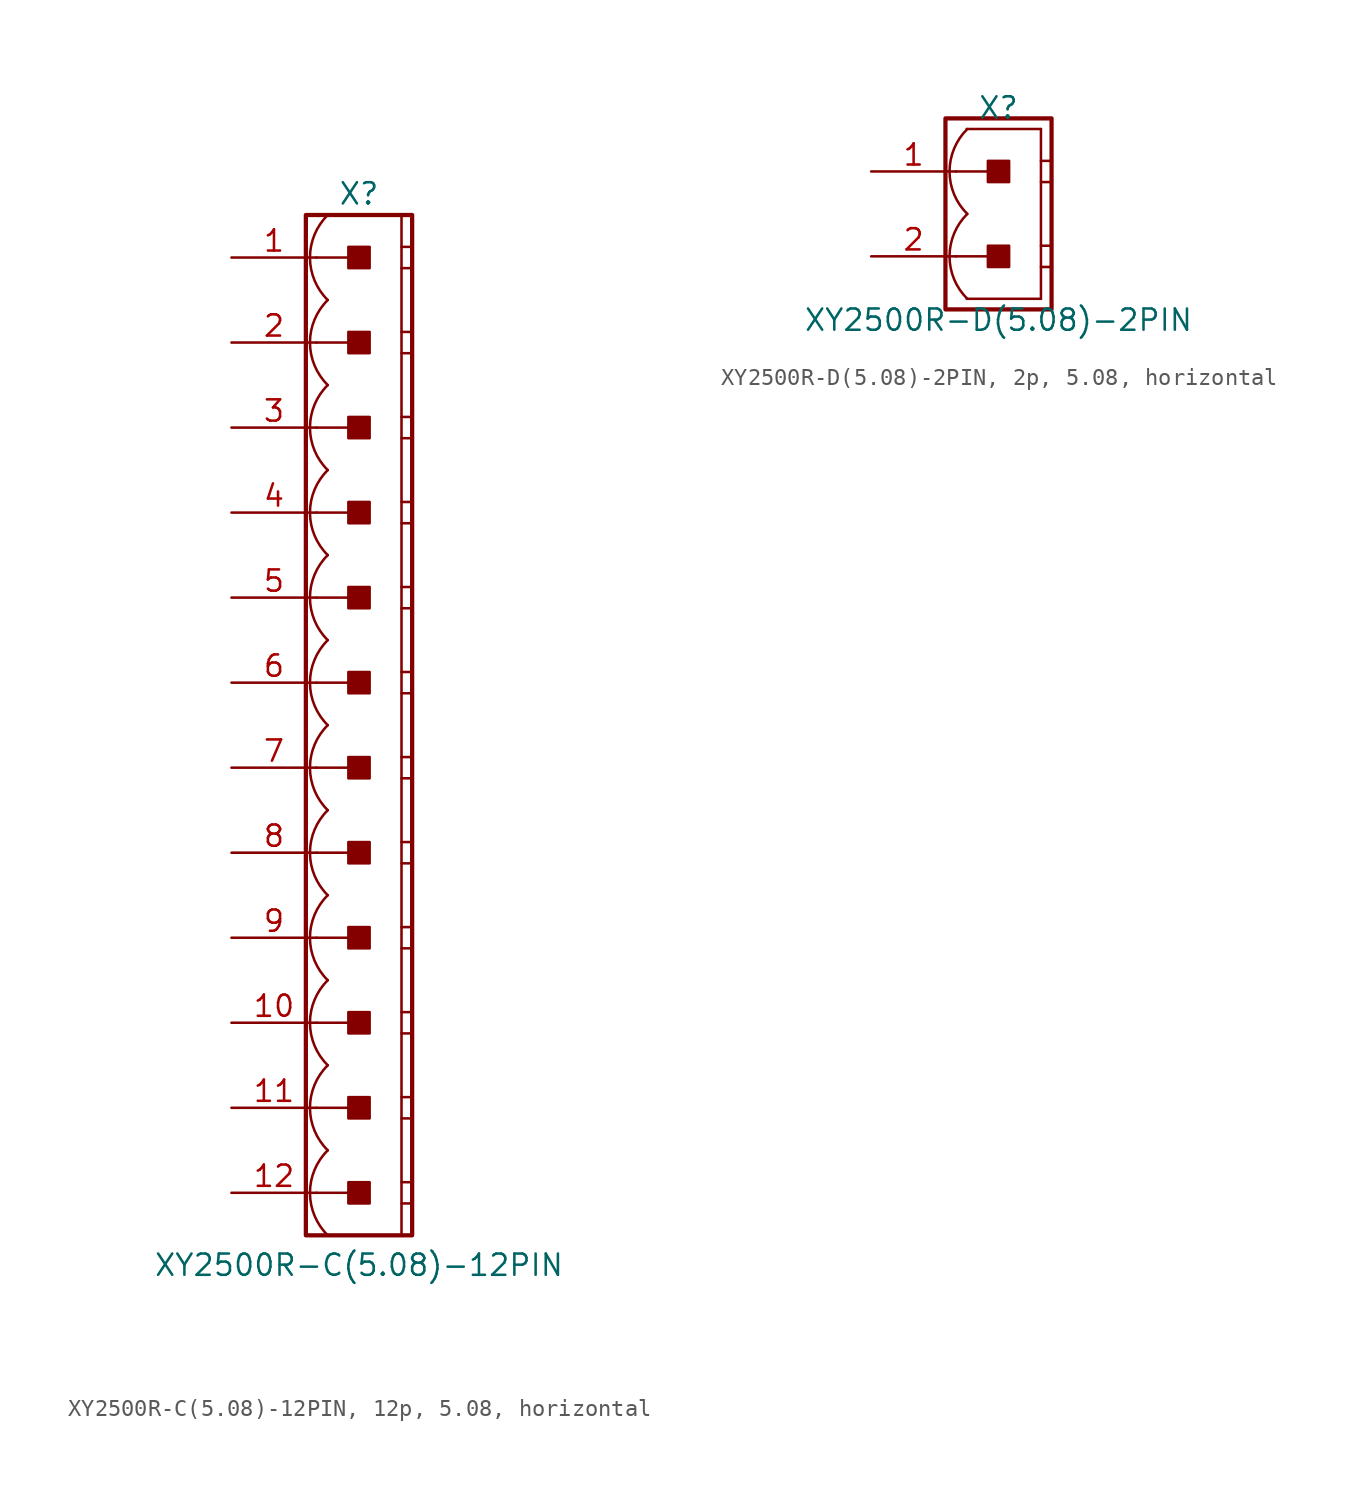
<source format=kicad_sym>
(kicad_symbol_lib
  (version 20241209)
  (generator "kicad_symbol_editor")
  (generator_version "9.0")
  (symbol "XY2500R-C(5.08)-12PIN, 12p, 5.08, horizontal"
    (pin_names
      (offset 1.016)
      (hide yes))
    (property "Reference" "X"
      (at 0 31.75 0)
      (effects (font (size 1.27 1.27))))
    (property "Value" "XY2500R-C(5.08)-12PIN"
      (at 0 -32.258 0)
      (effects (font (size 1.27 1.27))))
    (symbol "XY2500R-C(5.08)-12PIN, 12p, 5.08, horizontal_0_1"
      (polyline (pts (xy 2.54 30.48) (xy 2.54 -30.48)) (stroke (width 0.152) (type default)) (fill (type none)))
      (polyline (pts (xy 2.54 28.575) (xy 3.175 28.575)) (stroke (width 0.152) (type default)) (fill (type none)))
      (polyline (pts (xy 2.54 27.305) (xy 3.175 27.305)) (stroke (width 0.152) (type default)) (fill (type none)))
      (polyline (pts (xy 2.54 23.495) (xy 3.175 23.495)) (stroke (width 0.152) (type default)) (fill (type none)))
      (polyline (pts (xy 2.54 22.225) (xy 3.175 22.225)) (stroke (width 0.152) (type default)) (fill (type none)))
      (polyline (pts (xy 2.54 18.415) (xy 3.175 18.415)) (stroke (width 0.152) (type default)) (fill (type none)))
      (polyline (pts (xy 2.54 17.145) (xy 3.175 17.145)) (stroke (width 0.152) (type default)) (fill (type none)))
      (polyline (pts (xy 2.54 13.335) (xy 3.175 13.335)) (stroke (width 0.152) (type default)) (fill (type none)))
      (polyline (pts (xy 2.54 12.065) (xy 3.175 12.065)) (stroke (width 0.152) (type default)) (fill (type none)))
      (polyline (pts (xy 2.54 8.255) (xy 3.175 8.255)) (stroke (width 0.152) (type default)) (fill (type none)))
      (polyline (pts (xy 2.54 6.985) (xy 3.175 6.985)) (stroke (width 0.152) (type default)) (fill (type none)))
      (polyline (pts (xy 2.54 3.175) (xy 3.175 3.175)) (stroke (width 0.152) (type default)) (fill (type none)))
      (polyline (pts (xy 2.54 1.905) (xy 3.175 1.905)) (stroke (width 0.152) (type default)) (fill (type none)))
      (polyline (pts (xy 2.54 -1.905) (xy 3.175 -1.905)) (stroke (width 0.152) (type default)) (fill (type none)))
      (polyline (pts (xy 2.54 -3.175) (xy 3.175 -3.175)) (stroke (width 0.152) (type default)) (fill (type none)))
      (polyline (pts (xy 2.54 -6.985) (xy 3.175 -6.985)) (stroke (width 0.152) (type default)) (fill (type none)))
      (polyline (pts (xy 2.54 -8.255) (xy 3.175 -8.255)) (stroke (width 0.152) (type default)) (fill (type none)))
      (polyline (pts (xy 2.54 -12.065) (xy 3.175 -12.065)) (stroke (width 0.152) (type default)) (fill (type none)))
      (polyline (pts (xy 2.54 -13.335) (xy 3.175 -13.335)) (stroke (width 0.152) (type default)) (fill (type none)))
      (polyline (pts (xy 2.54 -17.145) (xy 3.175 -17.145)) (stroke (width 0.152) (type default)) (fill (type none)))
      (polyline (pts (xy 2.54 -18.415) (xy 3.175 -18.415)) (stroke (width 0.152) (type default)) (fill (type none)))
      (polyline (pts (xy 2.54 -22.225) (xy 3.175 -22.225)) (stroke (width 0.152) (type default)) (fill (type none)))
      (polyline (pts (xy 2.54 -23.495) (xy 3.175 -23.495)) (stroke (width 0.152) (type default)) (fill (type none)))
      (polyline (pts (xy 2.54 -27.305) (xy 3.175 -27.305)) (stroke (width 0.152) (type default)) (fill (type none)))
      (polyline (pts (xy 2.54 -28.575) (xy 3.175 -28.575)) (stroke (width 0.152) (type default)) (fill (type none))))
    (symbol "XY2500R-C(5.08)-12PIN, 12p, 5.08, horizontal_1_0"
      (polyline (pts (xy -2.54 27.94) (xy 0 27.94)) (stroke (width 0.152) (type default)) (fill (type none)))
      (polyline (pts (xy -2.54 22.86) (xy 0 22.86)) (stroke (width 0.152) (type default)) (fill (type none)))
      (polyline (pts (xy -2.54 17.78) (xy 0 17.78)) (stroke (width 0.152) (type default)) (fill (type none)))
      (polyline (pts (xy -2.54 12.7) (xy 0 12.7)) (stroke (width 0.152) (type default)) (fill (type none)))
      (polyline (pts (xy -2.54 7.62) (xy 0 7.62)) (stroke (width 0.152) (type default)) (fill (type none)))
      (polyline (pts (xy -2.54 2.54) (xy 0 2.54)) (stroke (width 0.152) (type default)) (fill (type none)))
      (polyline (pts (xy -2.54 -2.54) (xy 0 -2.54)) (stroke (width 0.152) (type default)) (fill (type none)))
      (polyline (pts (xy -2.54 -7.62) (xy 0 -7.62)) (stroke (width 0.152) (type default)) (fill (type none)))
      (polyline (pts (xy -2.54 -12.7) (xy 0 -12.7)) (stroke (width 0.152) (type default)) (fill (type none)))
      (polyline (pts (xy -2.54 -17.78) (xy 0 -17.78)) (stroke (width 0.152) (type default)) (fill (type none)))
      (polyline (pts (xy -2.54 -22.86) (xy 0 -22.86)) (stroke (width 0.152) (type default)) (fill (type none)))
      (polyline (pts (xy -2.54 -27.94) (xy 0 -27.94)) (stroke (width 0.152) (type default)) (fill (type none))))
    (symbol "XY2500R-C(5.08)-12PIN, 12p, 5.08, horizontal_1_1"
      (rectangle (start -3.175 30.48) (end 3.175 -30.48) (stroke (width 0.254) (type default)) (fill (type none)))
      (rectangle (start -0.635 27.305) (end 0.635 28.575) (stroke (width 0.152) (type default)) (fill (type outline)))
      (rectangle (start -0.635 22.225) (end 0.635 23.495) (stroke (width 0.152) (type default)) (fill (type outline)))
      (rectangle (start -0.635 17.145) (end 0.635 18.415) (stroke (width 0.152) (type default)) (fill (type outline)))
      (rectangle (start -0.635 12.065) (end 0.635 13.335) (stroke (width 0.152) (type default)) (fill (type outline)))
      (rectangle (start -0.635 6.985) (end 0.635 8.255) (stroke (width 0.152) (type default)) (fill (type outline)))
      (rectangle (start -0.635 1.905) (end 0.635 3.175) (stroke (width 0.152) (type default)) (fill (type outline)))
      (rectangle (start -0.635 -3.175) (end 0.635 -1.905) (stroke (width 0.152) (type default)) (fill (type outline)))
      (rectangle (start -0.635 -8.255) (end 0.635 -6.985) (stroke (width 0.152) (type default)) (fill (type outline)))
      (rectangle (start -0.635 -13.335) (end 0.635 -12.065) (stroke (width 0.152) (type default)) (fill (type outline)))
      (rectangle (start -0.635 -18.415) (end 0.635 -17.145) (stroke (width 0.152) (type default)) (fill (type outline)))
      (rectangle (start -0.635 -23.495) (end 0.635 -22.225) (stroke (width 0.152) (type default)) (fill (type outline)))
      (rectangle (start -0.635 -28.575) (end 0.635 -27.305) (stroke (width 0.152) (type default)) (fill (type outline)))
      (arc (start -1.8664 25.4) (mid -2.9299 27.94) (end -1.8664 30.48) (stroke (width 0.1524) (type default)) (fill (type none)))
      (arc (start -1.8664 20.32) (mid -2.9299 22.86) (end -1.8664 25.4) (stroke (width 0.1524) (type default)) (fill (type none)))
      (arc (start -1.8664 15.24) (mid -2.9299 17.78) (end -1.8664 20.32) (stroke (width 0.1524) (type default)) (fill (type none)))
      (arc (start -1.8664 10.16) (mid -2.9299 12.7) (end -1.8664 15.24) (stroke (width 0.1524) (type default)) (fill (type none)))
      (arc (start -1.8664 5.08) (mid -2.9299 7.62) (end -1.8664 10.16) (stroke (width 0.1524) (type default)) (fill (type none)))
      (arc (start -1.8664 0) (mid -2.9299 2.54) (end -1.8664 5.08) (stroke (width 0.1524) (type default)) (fill (type none)))
      (arc (start -1.8664 -5.08) (mid -2.9299 -2.54) (end -1.8664 0) (stroke (width 0.1524) (type default)) (fill (type none)))
      (arc (start -1.8664 -10.16) (mid -2.9299 -7.62) (end -1.8664 -5.08) (stroke (width 0.1524) (type default)) (fill (type none)))
      (arc (start -1.8664 -15.24) (mid -2.9299 -12.7) (end -1.8664 -10.16) (stroke (width 0.1524) (type default)) (fill (type none)))
      (arc (start -1.8664 -20.32) (mid -2.9299 -17.78) (end -1.8664 -15.24) (stroke (width 0.1524) (type default)) (fill (type none)))
      (arc (start -1.8664 -25.4) (mid -2.9299 -22.86) (end -1.8664 -20.32) (stroke (width 0.1524) (type default)) (fill (type none)))
      (arc (start -1.8664 -30.48) (mid -2.9299 -27.94) (end -1.8664 -25.4) (stroke (width 0.1524) (type default)) (fill (type none)))
      (pin passive line (at -7.62 27.94 0) (length 5.08) (name "1" (effects (font (size 1.27 1.27)))) (number "1" (effects (font (size 1.27 1.27)))))
      (pin passive line (at -7.62 22.86 0) (length 5.08) (name "2" (effects (font (size 1.27 1.27)))) (number "2" (effects (font (size 1.27 1.27)))))
      (pin passive line (at -7.62 17.78 0) (length 5.08) (name "3" (effects (font (size 1.27 1.27)))) (number "3" (effects (font (size 1.27 1.27)))))
      (pin passive line (at -7.62 12.7 0) (length 5.08) (name "4" (effects (font (size 1.27 1.27)))) (number "4" (effects (font (size 1.27 1.27)))))
      (pin passive line (at -7.62 7.62 0) (length 5.08) (name "5" (effects (font (size 1.27 1.27)))) (number "5" (effects (font (size 1.27 1.27)))))
      (pin passive line (at -7.62 2.54 0) (length 5.08) (name "6" (effects (font (size 1.27 1.27)))) (number "6" (effects (font (size 1.27 1.27)))))
      (pin passive line (at -7.62 -2.54 0) (length 5.08) (name "7" (effects (font (size 1.27 1.27)))) (number "7" (effects (font (size 1.27 1.27)))))
      (pin passive line (at -7.62 -7.62 0) (length 5.08) (name "8" (effects (font (size 1.27 1.27)))) (number "8" (effects (font (size 1.27 1.27)))))
      (pin passive line (at -7.62 -12.7 0) (length 5.08) (name "9" (effects (font (size 1.27 1.27)))) (number "9" (effects (font (size 1.27 1.27)))))
      (pin passive line (at -7.62 -17.78 0) (length 5.08) (name "10" (effects (font (size 1.27 1.27)))) (number "10" (effects (font (size 1.27 1.27)))))
      (pin passive line (at -7.62 -22.86 0) (length 5.08) (name "11" (effects (font (size 1.27 1.27)))) (number "11" (effects (font (size 1.27 1.27)))))
      (pin passive line (at -7.62 -27.94 0) (length 5.08) (name "12" (effects (font (size 1.27 1.27)))) (number "12" (effects (font (size 1.27 1.27)))))))
  (symbol "XY2500R-D(5.08)-2PIN, 2p, 5.08, horizontal"
    (pin_names
      (offset 1.016)
      (hide yes))
    (property "Reference" "X"
      (at 0 6.35 0)
      (effects (font (size 1.27 1.27))))
    (property "Value" "XY2500R-D(5.08)-2PIN"
      (at 0 -6.35 0)
      (effects (font (size 1.27 1.27))))
    (symbol "XY2500R-D(5.08)-2PIN, 2p, 5.08, horizontal_0_1"
      (polyline (pts (xy 2.54 5.08) (xy -1.905 5.08)) (stroke (width 0.152) (type default)) (fill (type none)))
      (polyline (pts (xy 2.54 5.08) (xy 2.54 -5.08)) (stroke (width 0.152) (type default)) (fill (type none)))
      (polyline (pts (xy 2.54 3.175) (xy 3.175 3.175)) (stroke (width 0.152) (type default)) (fill (type none)))
      (polyline (pts (xy 2.54 1.905) (xy 3.175 1.905)) (stroke (width 0.152) (type default)) (fill (type none)))
      (polyline (pts (xy 2.54 -1.905) (xy 3.175 -1.905)) (stroke (width 0.152) (type default)) (fill (type none)))
      (polyline (pts (xy 2.54 -3.175) (xy 3.175 -3.175)) (stroke (width 0.152) (type default)) (fill (type none)))
      (polyline (pts (xy 2.54 -5.08) (xy -1.905 -5.08)) (stroke (width 0.152) (type default)) (fill (type none))))
    (symbol "XY2500R-D(5.08)-2PIN, 2p, 5.08, horizontal_1_0"
      (polyline (pts (xy -2.54 2.54) (xy 0 2.54)) (stroke (width 0.152) (type default)) (fill (type none)))
      (polyline (pts (xy -2.54 -2.54) (xy 0 -2.54)) (stroke (width 0.152) (type default)) (fill (type none))))
    (symbol "XY2500R-D(5.08)-2PIN, 2p, 5.08, horizontal_1_1"
      (rectangle (start -3.175 5.715) (end 3.175 -5.715) (stroke (width 0.254) (type default)) (fill (type none)))
      (rectangle (start -0.635 1.905) (end 0.635 3.175) (stroke (width 0.152) (type default)) (fill (type outline)))
      (rectangle (start -0.635 -3.175) (end 0.635 -1.905) (stroke (width 0.152) (type default)) (fill (type outline)))
      (arc (start -1.8664 0) (mid -2.9299 2.54) (end -1.8664 5.08) (stroke (width 0.1524) (type default)) (fill (type none)))
      (arc (start -1.8664 -5.08) (mid -2.9299 -2.54) (end -1.8664 0) (stroke (width 0.1524) (type default)) (fill (type none)))
      (pin passive line (at -7.62 2.54 0) (length 5.08) (name "1" (effects (font (size 1.27 1.27)))) (number "1" (effects (font (size 1.27 1.27)))))
      (pin passive line (at -7.62 -2.54 0) (length 5.08) (name "2" (effects (font (size 1.27 1.27)))) (number "2" (effects (font (size 1.27 1.27))))))))
</source>
